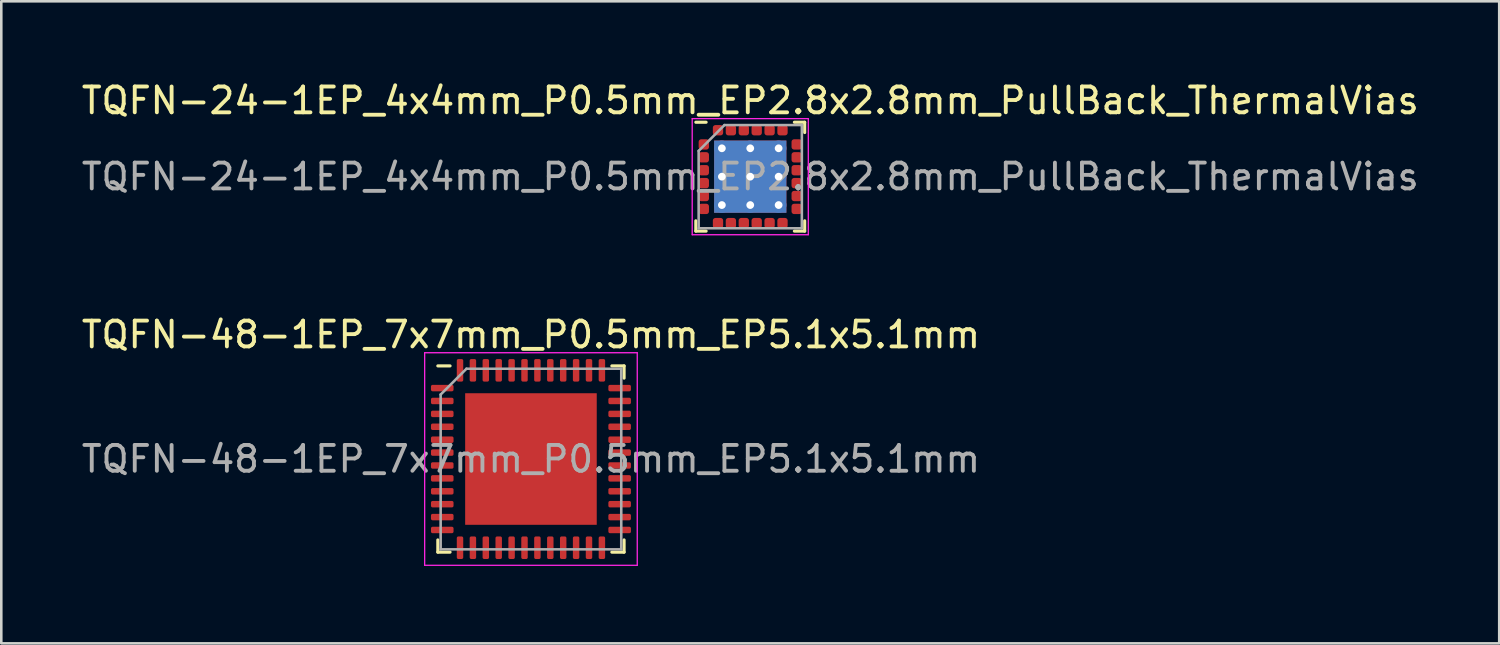
<source format=kicad_pcb>
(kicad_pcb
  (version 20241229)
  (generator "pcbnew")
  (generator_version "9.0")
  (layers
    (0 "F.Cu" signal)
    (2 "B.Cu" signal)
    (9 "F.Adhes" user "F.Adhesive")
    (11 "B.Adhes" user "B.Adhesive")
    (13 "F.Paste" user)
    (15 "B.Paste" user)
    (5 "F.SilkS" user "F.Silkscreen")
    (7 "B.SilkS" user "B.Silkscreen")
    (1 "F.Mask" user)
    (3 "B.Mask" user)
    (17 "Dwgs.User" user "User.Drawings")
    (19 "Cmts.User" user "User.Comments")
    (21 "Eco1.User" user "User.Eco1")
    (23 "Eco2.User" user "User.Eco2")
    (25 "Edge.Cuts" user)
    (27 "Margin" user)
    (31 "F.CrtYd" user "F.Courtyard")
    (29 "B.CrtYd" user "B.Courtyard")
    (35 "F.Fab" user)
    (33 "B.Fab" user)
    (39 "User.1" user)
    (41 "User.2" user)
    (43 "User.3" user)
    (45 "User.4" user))
  (footprint "TQFN-48-1EP_7x7mm_P0.5mm_EP5.1x5.1mm"
    (layer "F.Cu")
    (at 17.53 14.742)
    (property "Reference" "TQFN-48-1EP_7x7mm_P0.5mm_EP5.1x5.1mm" (at 0 -4.82 0) (layer "F.SilkS") (effects (font (size 1 1) (thickness 0.15))))
    (attr smd)
    (fp_line (start -3.61 3.61) (end -3.61 3.135) (stroke (width 0.12) (type solid)) (layer "F.SilkS"))
    (fp_line (start -3.135 -3.61) (end -3.61 -3.61) (stroke (width 0.12) (type solid)) (layer "F.SilkS"))
    (fp_line (start -3.135 3.61) (end -3.61 3.61) (stroke (width 0.12) (type solid)) (layer "F.SilkS"))
    (fp_line (start 3.135 -3.61) (end 3.61 -3.61) (stroke (width 0.12) (type solid)) (layer "F.SilkS"))
    (fp_line (start 3.135 3.61) (end 3.61 3.61) (stroke (width 0.12) (type solid)) (layer "F.SilkS"))
    (fp_line (start 3.61 -3.61) (end 3.61 -3.135) (stroke (width 0.12) (type solid)) (layer "F.SilkS"))
    (fp_line (start 3.61 3.61) (end 3.61 3.135) (stroke (width 0.12) (type solid)) (layer "F.SilkS"))
    (fp_line (start -4.12 -4.12) (end -4.12 4.12) (stroke (width 0.05) (type solid)) (layer "F.CrtYd"))
    (fp_line (start -4.12 4.12) (end 4.12 4.12) (stroke (width 0.05) (type solid)) (layer "F.CrtYd"))
    (fp_line (start 4.12 -4.12) (end -4.12 -4.12) (stroke (width 0.05) (type solid)) (layer "F.CrtYd"))
    (fp_line (start 4.12 4.12) (end 4.12 -4.12) (stroke (width 0.05) (type solid)) (layer "F.CrtYd"))
    (fp_line (start -3.5 -2.5) (end -2.5 -3.5) (stroke (width 0.1) (type solid)) (layer "F.Fab"))
    (fp_line (start -3.5 3.5) (end -3.5 -2.5) (stroke (width 0.1) (type solid)) (layer "F.Fab"))
    (fp_line (start -2.5 -3.5) (end 3.5 -3.5) (stroke (width 0.1) (type solid)) (layer "F.Fab"))
    (fp_line (start 3.5 -3.5) (end 3.5 3.5) (stroke (width 0.1) (type solid)) (layer "F.Fab"))
    (fp_line (start 3.5 3.5) (end -3.5 3.5) (stroke (width 0.1) (type solid)) (layer "F.Fab"))
    (fp_text user "${REFERENCE}" (at 0 0 0) (layer "F.Fab") (effects (font (size 1 1) (thickness 0.15))))
    (pad "" smd roundrect (at -1.7 -1.7) (size 1.37 1.37) (layers "F.Paste") (roundrect_rratio 0.182))
    (pad "" smd roundrect (at -1.7 0) (size 1.37 1.37) (layers "F.Paste") (roundrect_rratio 0.182))
    (pad "" smd roundrect (at -1.7 1.7) (size 1.37 1.37) (layers "F.Paste") (roundrect_rratio 0.182))
    (pad "" smd roundrect (at 0 -1.7) (size 1.37 1.37) (layers "F.Paste") (roundrect_rratio 0.182))
    (pad "" smd roundrect (at 0 0) (size 1.37 1.37) (layers "F.Paste") (roundrect_rratio 0.182))
    (pad "" smd roundrect (at 0 1.7) (size 1.37 1.37) (layers "F.Paste") (roundrect_rratio 0.182))
    (pad "" smd roundrect (at 1.7 -1.7) (size 1.37 1.37) (layers "F.Paste") (roundrect_rratio 0.182))
    (pad "" smd roundrect (at 1.7 0) (size 1.37 1.37) (layers "F.Paste") (roundrect_rratio 0.182))
    (pad "" smd roundrect (at 1.7 1.7) (size 1.37 1.37) (layers "F.Paste") (roundrect_rratio 0.182))
    (pad "1" smd roundrect (at -3.438 -2.75) (size 0.875 0.25) (layers "F.Cu" "F.Mask" "F.Paste") (roundrect_rratio 0.25))
    (pad "2" smd roundrect (at -3.438 -2.25) (size 0.875 0.25) (layers "F.Cu" "F.Mask" "F.Paste") (roundrect_rratio 0.25))
    (pad "3" smd roundrect (at -3.438 -1.75) (size 0.875 0.25) (layers "F.Cu" "F.Mask" "F.Paste") (roundrect_rratio 0.25))
    (pad "4" smd roundrect (at -3.438 -1.25) (size 0.875 0.25) (layers "F.Cu" "F.Mask" "F.Paste") (roundrect_rratio 0.25))
    (pad "5" smd roundrect (at -3.438 -0.75) (size 0.875 0.25) (layers "F.Cu" "F.Mask" "F.Paste") (roundrect_rratio 0.25))
    (pad "6" smd roundrect (at -3.438 -0.25) (size 0.875 0.25) (layers "F.Cu" "F.Mask" "F.Paste") (roundrect_rratio 0.25))
    (pad "7" smd roundrect (at -3.438 0.25) (size 0.875 0.25) (layers "F.Cu" "F.Mask" "F.Paste") (roundrect_rratio 0.25))
    (pad "8" smd roundrect (at -3.438 0.75) (size 0.875 0.25) (layers "F.Cu" "F.Mask" "F.Paste") (roundrect_rratio 0.25))
    (pad "9" smd roundrect (at -3.438 1.25) (size 0.875 0.25) (layers "F.Cu" "F.Mask" "F.Paste") (roundrect_rratio 0.25))
    (pad "10" smd roundrect (at -3.438 1.75) (size 0.875 0.25) (layers "F.Cu" "F.Mask" "F.Paste") (roundrect_rratio 0.25))
    (pad "11" smd roundrect (at -3.438 2.25) (size 0.875 0.25) (layers "F.Cu" "F.Mask" "F.Paste") (roundrect_rratio 0.25))
    (pad "12" smd roundrect (at -3.438 2.75) (size 0.875 0.25) (layers "F.Cu" "F.Mask" "F.Paste") (roundrect_rratio 0.25))
    (pad "13" smd roundrect (at -2.75 3.438) (size 0.25 0.875) (layers "F.Cu" "F.Mask" "F.Paste") (roundrect_rratio 0.25))
    (pad "14" smd roundrect (at -2.25 3.438) (size 0.25 0.875) (layers "F.Cu" "F.Mask" "F.Paste") (roundrect_rratio 0.25))
    (pad "15" smd roundrect (at -1.75 3.438) (size 0.25 0.875) (layers "F.Cu" "F.Mask" "F.Paste") (roundrect_rratio 0.25))
    (pad "16" smd roundrect (at -1.25 3.438) (size 0.25 0.875) (layers "F.Cu" "F.Mask" "F.Paste") (roundrect_rratio 0.25))
    (pad "17" smd roundrect (at -0.75 3.438) (size 0.25 0.875) (layers "F.Cu" "F.Mask" "F.Paste") (roundrect_rratio 0.25))
    (pad "18" smd roundrect (at -0.25 3.438) (size 0.25 0.875) (layers "F.Cu" "F.Mask" "F.Paste") (roundrect_rratio 0.25))
    (pad "19" smd roundrect (at 0.25 3.438) (size 0.25 0.875) (layers "F.Cu" "F.Mask" "F.Paste") (roundrect_rratio 0.25))
    (pad "20" smd roundrect (at 0.75 3.438) (size 0.25 0.875) (layers "F.Cu" "F.Mask" "F.Paste") (roundrect_rratio 0.25))
    (pad "21" smd roundrect (at 1.25 3.438) (size 0.25 0.875) (layers "F.Cu" "F.Mask" "F.Paste") (roundrect_rratio 0.25))
    (pad "22" smd roundrect (at 1.75 3.438) (size 0.25 0.875) (layers "F.Cu" "F.Mask" "F.Paste") (roundrect_rratio 0.25))
    (pad "23" smd roundrect (at 2.25 3.438) (size 0.25 0.875) (layers "F.Cu" "F.Mask" "F.Paste") (roundrect_rratio 0.25))
    (pad "24" smd roundrect (at 2.75 3.438) (size 0.25 0.875) (layers "F.Cu" "F.Mask" "F.Paste") (roundrect_rratio 0.25))
    (pad "25" smd roundrect (at 3.438 2.75) (size 0.875 0.25) (layers "F.Cu" "F.Mask" "F.Paste") (roundrect_rratio 0.25))
    (pad "26" smd roundrect (at 3.438 2.25) (size 0.875 0.25) (layers "F.Cu" "F.Mask" "F.Paste") (roundrect_rratio 0.25))
    (pad "27" smd roundrect (at 3.438 1.75) (size 0.875 0.25) (layers "F.Cu" "F.Mask" "F.Paste") (roundrect_rratio 0.25))
    (pad "28" smd roundrect (at 3.438 1.25) (size 0.875 0.25) (layers "F.Cu" "F.Mask" "F.Paste") (roundrect_rratio 0.25))
    (pad "29" smd roundrect (at 3.438 0.75) (size 0.875 0.25) (layers "F.Cu" "F.Mask" "F.Paste") (roundrect_rratio 0.25))
    (pad "30" smd roundrect (at 3.438 0.25) (size 0.875 0.25) (layers "F.Cu" "F.Mask" "F.Paste") (roundrect_rratio 0.25))
    (pad "31" smd roundrect (at 3.438 -0.25) (size 0.875 0.25) (layers "F.Cu" "F.Mask" "F.Paste") (roundrect_rratio 0.25))
    (pad "32" smd roundrect (at 3.438 -0.75) (size 0.875 0.25) (layers "F.Cu" "F.Mask" "F.Paste") (roundrect_rratio 0.25))
    (pad "33" smd roundrect (at 3.438 -1.25) (size 0.875 0.25) (layers "F.Cu" "F.Mask" "F.Paste") (roundrect_rratio 0.25))
    (pad "34" smd roundrect (at 3.438 -1.75) (size 0.875 0.25) (layers "F.Cu" "F.Mask" "F.Paste") (roundrect_rratio 0.25))
    (pad "35" smd roundrect (at 3.438 -2.25) (size 0.875 0.25) (layers "F.Cu" "F.Mask" "F.Paste") (roundrect_rratio 0.25))
    (pad "36" smd roundrect (at 3.438 -2.75) (size 0.875 0.25) (layers "F.Cu" "F.Mask" "F.Paste") (roundrect_rratio 0.25))
    (pad "37" smd roundrect (at 2.75 -3.438) (size 0.25 0.875) (layers "F.Cu" "F.Mask" "F.Paste") (roundrect_rratio 0.25))
    (pad "38" smd roundrect (at 2.25 -3.438) (size 0.25 0.875) (layers "F.Cu" "F.Mask" "F.Paste") (roundrect_rratio 0.25))
    (pad "39" smd roundrect (at 1.75 -3.438) (size 0.25 0.875) (layers "F.Cu" "F.Mask" "F.Paste") (roundrect_rratio 0.25))
    (pad "40" smd roundrect (at 1.25 -3.438) (size 0.25 0.875) (layers "F.Cu" "F.Mask" "F.Paste") (roundrect_rratio 0.25))
    (pad "41" smd roundrect (at 0.75 -3.438) (size 0.25 0.875) (layers "F.Cu" "F.Mask" "F.Paste") (roundrect_rratio 0.25))
    (pad "42" smd roundrect (at 0.25 -3.438) (size 0.25 0.875) (layers "F.Cu" "F.Mask" "F.Paste") (roundrect_rratio 0.25))
    (pad "43" smd roundrect (at -0.25 -3.438) (size 0.25 0.875) (layers "F.Cu" "F.Mask" "F.Paste") (roundrect_rratio 0.25))
    (pad "44" smd roundrect (at -0.75 -3.438) (size 0.25 0.875) (layers "F.Cu" "F.Mask" "F.Paste") (roundrect_rratio 0.25))
    (pad "45" smd roundrect (at -1.25 -3.438) (size 0.25 0.875) (layers "F.Cu" "F.Mask" "F.Paste") (roundrect_rratio 0.25))
    (pad "46" smd roundrect (at -1.75 -3.438) (size 0.25 0.875) (layers "F.Cu" "F.Mask" "F.Paste") (roundrect_rratio 0.25))
    (pad "47" smd roundrect (at -2.25 -3.438) (size 0.25 0.875) (layers "F.Cu" "F.Mask" "F.Paste") (roundrect_rratio 0.25))
    (pad "48" smd roundrect (at -2.75 -3.438) (size 0.25 0.875) (layers "F.Cu" "F.Mask" "F.Paste") (roundrect_rratio 0.25))
    (pad "49" smd rect (at 0 0) (size 5.1 5.1) (layers "F.Cu" "F.Mask")))
  (footprint "TQFN-24-1EP_4x4mm_P0.5mm_EP2.8x2.8mm_PullBack_ThermalVias"
    (layer "F.Cu")
    (at 26.03 3.798)
    (property "Reference" "TQFN-24-1EP_4x4mm_P0.5mm_EP2.8x2.8mm_PullBack_ThermalVias" (at 0 -2.95 0) (layer "F.SilkS") (effects (font (size 1 1) (thickness 0.15))))
    (attr smd)
    (fp_line (start -2.11 2.11) (end -2.11 1.71) (stroke (width 0.12) (type solid)) (layer "F.SilkS"))
    (fp_line (start -1.71 -2.11) (end -2.11 -2.11) (stroke (width 0.12) (type solid)) (layer "F.SilkS"))
    (fp_line (start -1.71 2.11) (end -2.11 2.11) (stroke (width 0.12) (type solid)) (layer "F.SilkS"))
    (fp_line (start 1.71 -2.11) (end 2.11 -2.11) (stroke (width 0.12) (type solid)) (layer "F.SilkS"))
    (fp_line (start 1.71 2.11) (end 2.11 2.11) (stroke (width 0.12) (type solid)) (layer "F.SilkS"))
    (fp_line (start 2.11 -2.11) (end 2.11 -1.71) (stroke (width 0.12) (type solid)) (layer "F.SilkS"))
    (fp_line (start 2.11 2.11) (end 2.11 1.71) (stroke (width 0.12) (type solid)) (layer "F.SilkS"))
    (fp_line (start -2.25 -2.25) (end -2.25 2.25) (stroke (width 0.05) (type solid)) (layer "F.CrtYd"))
    (fp_line (start -2.25 2.25) (end 2.25 2.25) (stroke (width 0.05) (type solid)) (layer "F.CrtYd"))
    (fp_line (start 2.25 -2.25) (end -2.25 -2.25) (stroke (width 0.05) (type solid)) (layer "F.CrtYd"))
    (fp_line (start 2.25 2.25) (end 2.25 -2.25) (stroke (width 0.05) (type solid)) (layer "F.CrtYd"))
    (fp_line (start -2 -1) (end -1 -2) (stroke (width 0.1) (type solid)) (layer "F.Fab"))
    (fp_line (start -2 2) (end -2 -1) (stroke (width 0.1) (type solid)) (layer "F.Fab"))
    (fp_line (start -1 -2) (end 2 -2) (stroke (width 0.1) (type solid)) (layer "F.Fab"))
    (fp_line (start 2 -2) (end 2 2) (stroke (width 0.1) (type solid)) (layer "F.Fab"))
    (fp_line (start 2 2) (end -2 2) (stroke (width 0.1) (type solid)) (layer "F.Fab"))
    (fp_text user "${REFERENCE}" (at 0 0 0) (layer "F.Fab") (effects (font (size 1 1) (thickness 0.15))))
    (pad "" smd roundrect (at -0.7 -0.7) (size 1.13 1.13) (layers "F.Paste") (roundrect_rratio 0.221))
    (pad "" smd roundrect (at -0.7 0.7) (size 1.13 1.13) (layers "F.Paste") (roundrect_rratio 0.221))
    (pad "" smd roundrect (at 0.7 -0.7) (size 1.13 1.13) (layers "F.Paste") (roundrect_rratio 0.221))
    (pad "" smd roundrect (at 0.7 0.7) (size 1.13 1.13) (layers "F.Paste") (roundrect_rratio 0.221))
    (pad "1" smd roundrect (at -1.8 -1.25) (size 0.4 0.4) (layers "F.Cu" "F.Mask" "F.Paste") (roundrect_rratio 0.25))
    (pad "2" smd roundrect (at -1.8 -0.75) (size 0.4 0.4) (layers "F.Cu" "F.Mask" "F.Paste") (roundrect_rratio 0.25))
    (pad "3" smd roundrect (at -1.8 -0.25) (size 0.4 0.4) (layers "F.Cu" "F.Mask" "F.Paste") (roundrect_rratio 0.25))
    (pad "4" smd roundrect (at -1.8 0.25) (size 0.4 0.4) (layers "F.Cu" "F.Mask" "F.Paste") (roundrect_rratio 0.25))
    (pad "5" smd roundrect (at -1.8 0.75) (size 0.4 0.4) (layers "F.Cu" "F.Mask" "F.Paste") (roundrect_rratio 0.25))
    (pad "6" smd roundrect (at -1.8 1.25) (size 0.4 0.4) (layers "F.Cu" "F.Mask" "F.Paste") (roundrect_rratio 0.25))
    (pad "7" smd roundrect (at -1.25 1.8) (size 0.4 0.4) (layers "F.Cu" "F.Mask" "F.Paste") (roundrect_rratio 0.25))
    (pad "8" smd roundrect (at -0.75 1.8) (size 0.4 0.4) (layers "F.Cu" "F.Mask" "F.Paste") (roundrect_rratio 0.25))
    (pad "9" smd roundrect (at -0.25 1.8) (size 0.4 0.4) (layers "F.Cu" "F.Mask" "F.Paste") (roundrect_rratio 0.25))
    (pad "10" smd roundrect (at 0.25 1.8) (size 0.4 0.4) (layers "F.Cu" "F.Mask" "F.Paste") (roundrect_rratio 0.25))
    (pad "11" smd roundrect (at 0.75 1.8) (size 0.4 0.4) (layers "F.Cu" "F.Mask" "F.Paste") (roundrect_rratio 0.25))
    (pad "12" smd roundrect (at 1.25 1.8) (size 0.4 0.4) (layers "F.Cu" "F.Mask" "F.Paste") (roundrect_rratio 0.25))
    (pad "13" smd roundrect (at 1.8 1.25) (size 0.4 0.4) (layers "F.Cu" "F.Mask" "F.Paste") (roundrect_rratio 0.25))
    (pad "14" smd roundrect (at 1.8 0.75) (size 0.4 0.4) (layers "F.Cu" "F.Mask" "F.Paste") (roundrect_rratio 0.25))
    (pad "15" smd roundrect (at 1.8 0.25) (size 0.4 0.4) (layers "F.Cu" "F.Mask" "F.Paste") (roundrect_rratio 0.25))
    (pad "16" smd roundrect (at 1.8 -0.25) (size 0.4 0.4) (layers "F.Cu" "F.Mask" "F.Paste") (roundrect_rratio 0.25))
    (pad "17" smd roundrect (at 1.8 -0.75) (size 0.4 0.4) (layers "F.Cu" "F.Mask" "F.Paste") (roundrect_rratio 0.25))
    (pad "18" smd roundrect (at 1.8 -1.25) (size 0.4 0.4) (layers "F.Cu" "F.Mask" "F.Paste") (roundrect_rratio 0.25))
    (pad "19" smd roundrect (at 1.25 -1.8) (size 0.4 0.4) (layers "F.Cu" "F.Mask" "F.Paste") (roundrect_rratio 0.25))
    (pad "20" smd roundrect (at 0.75 -1.8) (size 0.4 0.4) (layers "F.Cu" "F.Mask" "F.Paste") (roundrect_rratio 0.25))
    (pad "21" smd roundrect (at 0.25 -1.8) (size 0.4 0.4) (layers "F.Cu" "F.Mask" "F.Paste") (roundrect_rratio 0.25))
    (pad "22" smd roundrect (at -0.25 -1.8) (size 0.4 0.4) (layers "F.Cu" "F.Mask" "F.Paste") (roundrect_rratio 0.25))
    (pad "23" smd roundrect (at -0.75 -1.8) (size 0.4 0.4) (layers "F.Cu" "F.Mask" "F.Paste") (roundrect_rratio 0.25))
    (pad "24" smd roundrect (at -1.25 -1.8) (size 0.4 0.4) (layers "F.Cu" "F.Mask" "F.Paste") (roundrect_rratio 0.25))
    (pad "25" thru_hole circle (at -1.1 -1.1) (size 0.6 0.6) (drill 0.3) (layers "*.Cu"))
    (pad "25" thru_hole circle (at -1.1 0) (size 0.6 0.6) (drill 0.3) (layers "*.Cu"))
    (pad "25" thru_hole circle (at -1.1 1.1) (size 0.6 0.6) (drill 0.3) (layers "*.Cu"))
    (pad "25" thru_hole circle (at 0 -1.1) (size 0.6 0.6) (drill 0.3) (layers "*.Cu"))
    (pad "25" thru_hole circle (at 0 0) (size 0.6 0.6) (drill 0.3) (layers "*.Cu"))
    (pad "25" smd rect (at 0 0) (size 2.8 2.8) (layers "F.Cu" "F.Mask"))
    (pad "25" smd rect (at 0 0) (size 2.8 2.8) (layers "B.Cu"))
    (pad "25" thru_hole circle (at 0 1.1) (size 0.6 0.6) (drill 0.3) (layers "*.Cu"))
    (pad "25" thru_hole circle (at 1.1 -1.1) (size 0.6 0.6) (drill 0.3) (layers "*.Cu"))
    (pad "25" thru_hole circle (at 1.1 0) (size 0.6 0.6) (drill 0.3) (layers "*.Cu"))
    (pad "25" thru_hole circle (at 1.1 1.1) (size 0.6 0.6) (drill 0.3) (layers "*.Cu")))
  (gr_rect
    (start -3 -3)
    (end 55.06 21.887)
    (stroke (width 0.1) (type default))
    (fill no)
    (layer "Edge.Cuts")))
</source>
